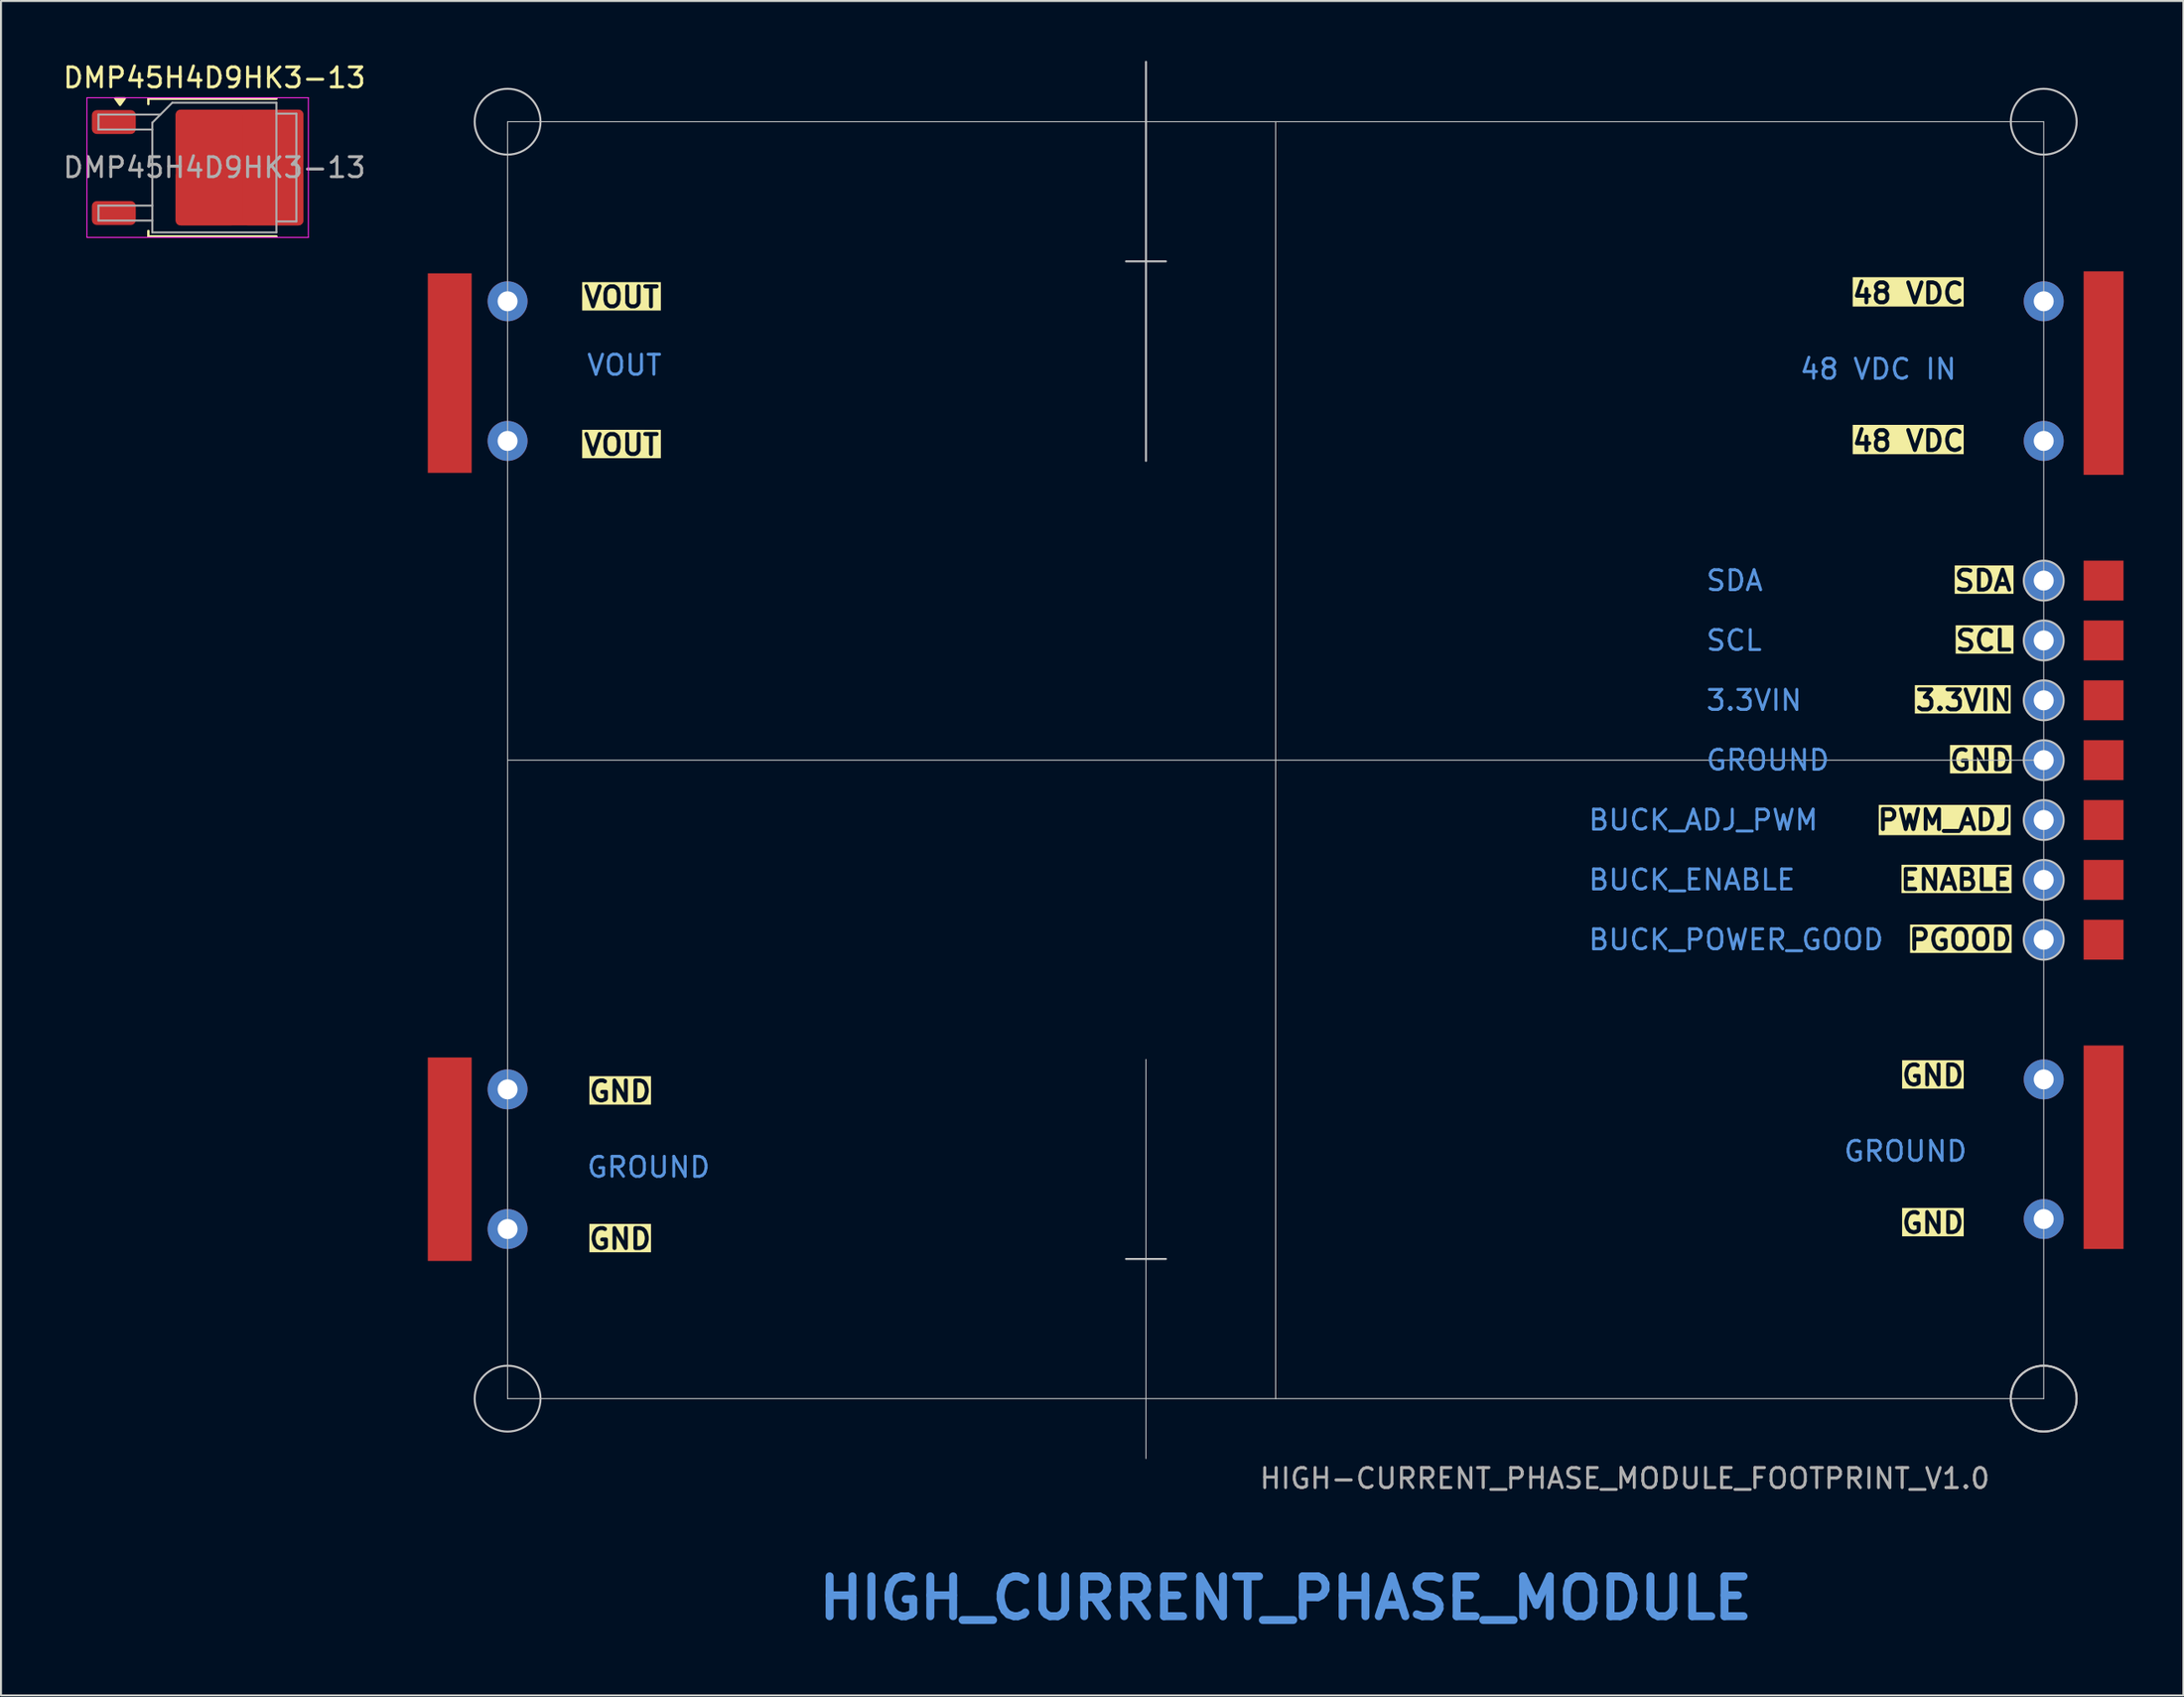
<source format=kicad_pcb>
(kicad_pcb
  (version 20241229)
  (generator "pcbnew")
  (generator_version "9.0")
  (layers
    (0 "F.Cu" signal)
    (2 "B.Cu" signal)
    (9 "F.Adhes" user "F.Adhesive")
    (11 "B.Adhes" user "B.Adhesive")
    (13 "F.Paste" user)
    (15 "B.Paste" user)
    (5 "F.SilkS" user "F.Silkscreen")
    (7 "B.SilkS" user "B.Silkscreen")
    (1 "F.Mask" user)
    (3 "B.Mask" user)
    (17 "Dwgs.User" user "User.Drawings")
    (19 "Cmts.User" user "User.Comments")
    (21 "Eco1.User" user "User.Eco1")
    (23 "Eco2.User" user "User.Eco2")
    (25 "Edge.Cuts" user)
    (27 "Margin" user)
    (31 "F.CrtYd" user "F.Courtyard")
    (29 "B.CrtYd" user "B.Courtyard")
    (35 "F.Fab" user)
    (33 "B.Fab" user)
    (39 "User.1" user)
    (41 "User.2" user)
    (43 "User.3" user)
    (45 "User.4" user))
  (footprint "HIGH-CURRENT_PHASE_MODULE_FOOTPRINT_V1.0"
    (layer "F.Cu")
    (at 60.893 35.05)
    (property "Reference" "HIGH-CURRENT_PHASE_MODULE_FOOTPRINT_V1.0" (at 17.5 36 0) (unlocked yes) (layer "F.SilkS") (effects (font (size 1 1) (thickness 0.1))))
    (attr exclude_from_pos_files allow_missing_courtyard)
    (fp_line (start -38.5 -32) (end 38.5 -32) (stroke (width 0.05) (type default)) (layer "Dwgs.User"))
    (fp_line (start -38.5 0) (end 38.5 0) (stroke (width 0.05) (type default)) (layer "Dwgs.User"))
    (fp_line (start -38.5 32) (end -38.5 -32) (stroke (width 0.05) (type default)) (layer "Dwgs.User"))
    (fp_line (start -38.5 32) (end 38.5 32) (stroke (width 0.05) (type default)) (layer "Dwgs.User"))
    (fp_line (start -6.5 -25) (end -7.5 -25) (stroke (width 0.1) (type default)) (layer "Dwgs.User"))
    (fp_line (start -6.5 -25) (end -5.5 -25) (stroke (width 0.1) (type default)) (layer "Dwgs.User"))
    (fp_line (start -6.5 -15) (end -6.5 -35) (stroke (width 0.1) (type default)) (layer "Dwgs.User"))
    (fp_line (start -6.5 15) (end -6.5 35) (stroke (width 0.05) (type default)) (layer "Dwgs.User"))
    (fp_line (start -6.5 25) (end -7.5 25) (stroke (width 0.1) (type default)) (layer "Dwgs.User"))
    (fp_line (start -6.5 25) (end -5.5 25) (stroke (width 0.1) (type default)) (layer "Dwgs.User"))
    (fp_line (start 0 -32) (end 0 32) (stroke (width 0.05) (type default)) (layer "Dwgs.User"))
    (fp_line (start 38.5 32) (end 38.5 -32) (stroke (width 0.05) (type default)) (layer "Dwgs.User"))
    (fp_circle (center -38.5 -32) (end -36.85 -32) (stroke (width 0.1) (type default)) (fill no) (layer "Dwgs.User"))
    (fp_circle (center -38.5 32) (end -36.85 32) (stroke (width 0.1) (type default)) (fill no) (layer "Dwgs.User"))
    (fp_circle (center 38.5 -32) (end 40.15 -32) (stroke (width 0.1) (type default)) (fill no) (layer "Dwgs.User"))
    (fp_circle (center 38.5 -9) (end 39.5 -9) (stroke (width 0.1) (type default)) (fill no) (layer "Dwgs.User"))
    (fp_circle (center 38.5 -6) (end 39.5 -6) (stroke (width 0.1) (type default)) (fill no) (layer "Dwgs.User"))
    (fp_circle (center 38.5 -3) (end 39.5 -3) (stroke (width 0.1) (type default)) (fill no) (layer "Dwgs.User"))
    (fp_circle (center 38.5 0) (end 39.5 0) (stroke (width 0.1) (type default)) (fill no) (layer "Dwgs.User"))
    (fp_circle (center 38.5 3) (end 39.5 3) (stroke (width 0.1) (type default)) (fill no) (layer "Dwgs.User"))
    (fp_circle (center 38.5 6) (end 39.5 6) (stroke (width 0.1) (type default)) (fill no) (layer "Dwgs.User"))
    (fp_circle (center 38.5 9) (end 39.5 9) (stroke (width 0.1) (type default)) (fill no) (layer "Dwgs.User"))
    (fp_circle (center 38.5 32) (end 40.15 32) (stroke (width 0.1) (type default)) (fill no) (layer "Dwgs.User"))
    (fp_circle (center 38.5 32) (end 40.15 32) (stroke (width 0.1) (type default)) (fill no) (layer "Dwgs.User"))
    (fp_line (start -41.5 -32) (end -41.5 32) (stroke (width 0.1) (type default)) (layer "User.1"))
    (fp_line (start -38.5 35) (end -28.5 35) (stroke (width 0.1) (type default)) (layer "User.1"))
    (fp_line (start -28.5 -35) (end -38.5 -35) (stroke (width 0.1) (type default)) (layer "User.1"))
    (fp_line (start -25.494 -17.994) (end -25.5 -31.994) (stroke (width 0.1) (type default)) (layer "User.1"))
    (fp_line (start -25.494 18) (end -25.5 32) (stroke (width 0.1) (type default)) (layer "User.1"))
    (fp_line (start 9.5 -15) (end -22.5 -15) (stroke (width 0.1) (type default)) (layer "User.1"))
    (fp_line (start 9.5 15.006) (end -22.5 15.006) (stroke (width 0.1) (type default)) (layer "User.1"))
    (fp_line (start 12.5 -31.794) (end 12.494 -17.994) (stroke (width 0.1) (type default)) (layer "User.1"))
    (fp_line (start 12.5 31.8) (end 12.494 18) (stroke (width 0.1) (type default)) (layer "User.1"))
    (fp_line (start 38.5 -35) (end 15.5 -35) (stroke (width 0.1) (type default)) (layer "User.1"))
    (fp_line (start 38.5 35) (end 15.913 34.993) (stroke (width 0.1) (type default)) (layer "User.1"))
    (fp_line (start 41.5 32) (end 41.5 -32) (stroke (width 0.1) (type default)) (layer "User.1"))
    (fp_arc (start -41.5 -32) (mid -40.62132 -34.12132) (end -38.5 -35) (stroke (width 0.1) (type default)) (layer "User.1"))
    (fp_arc (start -38.5 35) (mid -40.62132 34.12132) (end -41.5 32) (stroke (width 0.1) (type default)) (layer "User.1"))
    (fp_arc (start -28.5 -34.994158) (mid -26.378688 -34.11547) (end -25.5 -31.994158) (stroke (width 0.1) (type default)) (layer "User.1"))
    (fp_arc (start -25.5 32) (mid -26.37868 34.12132) (end -28.5 35) (stroke (width 0.1) (type default)) (layer "User.1"))
    (fp_arc (start -25.494158 18) (mid -24.617189 15.882811) (end -22.5 15.005842) (stroke (width 0.1) (type default)) (layer "User.1"))
    (fp_arc (start -22.5 -15) (mid -24.617198 -15.87696) (end -25.494158 -17.994158) (stroke (width 0.1) (type default)) (layer "User.1"))
    (fp_arc (start 9.500001 15.005841) (mid 11.61719 15.88281) (end 12.494159 17.999999) (stroke (width 0.1) (type default)) (layer "User.1"))
    (fp_arc (start 12.494158 -17.994158) (mid 11.617169 -15.876989) (end 9.5 -15) (stroke (width 0.1) (type default)) (layer "User.1"))
    (fp_arc (start 12.5 -31.794158) (mid 13.51379 -34.13097) (end 15.912861 -34.987071) (stroke (width 0.1) (type default)) (layer "User.1"))
    (fp_arc (start 15.912861 34.992913) (mid 13.513811 34.136788) (end 12.5 31.8) (stroke (width 0.1) (type default)) (layer "User.1"))
    (fp_arc (start 38.500001 -35.000001) (mid 40.621336 -34.121324) (end 41.500001 -32.000001) (stroke (width 0.1) (type default)) (layer "User.1"))
    (fp_arc (start 41.500001 32.000001) (mid 40.621322 34.121322) (end 38.500001 35.000001) (stroke (width 0.1) (type default)) (layer "User.1"))
    (fp_rect (start -41.6 14.9) (end -35 25.1) (stroke (width 0.1) (type default)) (fill no) (layer "User.2"))
    (fp_rect (start -41.5 -24.4) (end -35.2 -14.4) (stroke (width 0.1) (type default)) (fill no) (layer "User.2"))
    (fp_rect (start 34.9 -24.5) (end 41.5 -14.3) (stroke (width 0.1) (type default)) (fill no) (layer "User.2"))
    (fp_rect (start 34.9 14.3) (end 41.5 24.5) (stroke (width 0.1) (type default)) (fill no) (layer "User.2"))
    (fp_rect (start 37.5 -10) (end 39.5 -8) (stroke (width 0.1) (type default)) (fill no) (layer "User.2"))
    (fp_rect (start 37.5 -7) (end 39.5 -5) (stroke (width 0.1) (type default)) (fill no) (layer "User.2"))
    (fp_rect (start 37.5 -4) (end 39.5 -2) (stroke (width 0.1) (type default)) (fill no) (layer "User.2"))
    (fp_rect (start 37.5 -1) (end 39.5 1) (stroke (width 0.1) (type default)) (fill no) (layer "User.2"))
    (fp_rect (start 37.5 2) (end 39.5 4) (stroke (width 0.1) (type default)) (fill no) (layer "User.2"))
    (fp_rect (start 37.5 5) (end 39.5 7) (stroke (width 0.1) (type default)) (fill no) (layer "User.2"))
    (fp_rect (start 37.5 8) (end 39.5 10) (stroke (width 0.1) (type default)) (fill no) (layer "User.2"))
    (fp_text user "SCL" (at 37 -6 0) (unlocked yes) (layer "F.SilkS" knockout) (effects (font (size 1 1) (thickness 0.2) (bold yes)) (justify right)))
    (fp_text user "PGOOD" (at 37 9 0) (unlocked yes) (layer "F.SilkS" knockout) (effects (font (size 1 1) (thickness 0.2) (bold yes)) (justify right)))
    (fp_text user "GND" (at 34.6 23.2 0) (unlocked yes) (layer "F.SilkS" knockout) (effects (font (size 1 1) (thickness 0.2) (bold yes)) (justify right)))
    (fp_text user "PWM_ADJ" (at 37 3 0) (unlocked yes) (layer "F.SilkS" knockout) (effects (font (size 1 1) (thickness 0.2) (bold yes)) (justify right)))
    (fp_text user "ENABLE" (at 37 6 0) (unlocked yes) (layer "F.SilkS" knockout) (effects (font (size 1 1) (thickness 0.2) (bold yes)) (justify right)))
    (fp_text user "48 VDC" (at 34.6 -23.4 0) (unlocked yes) (layer "F.SilkS" knockout) (effects (font (size 1 1) (thickness 0.2) (bold yes)) (justify right)))
    (fp_text user "SDA" (at 37 -9 0) (unlocked yes) (layer "F.SilkS" knockout) (effects (font (size 1 1) (thickness 0.2) (bold yes)) (justify right)))
    (fp_text user "GND" (at 34.6 15.8 0) (unlocked yes) (layer "F.SilkS" knockout) (effects (font (size 1 1) (thickness 0.2) (bold yes)) (justify right)))
    (fp_text user "GND" (at 37 0 0) (unlocked yes) (layer "F.SilkS" knockout) (effects (font (size 1 1) (thickness 0.2) (bold yes)) (justify right)))
    (fp_text user "VOUT" (at -30.8 -15.8 0) (unlocked yes) (layer "F.SilkS" knockout) (effects (font (size 1 1) (thickness 0.2) (bold yes)) (justify right)))
    (fp_text user "48 VDC" (at 34.6 -16 0) (unlocked yes) (layer "F.SilkS" knockout) (effects (font (size 1 1) (thickness 0.2) (bold yes)) (justify right)))
    (fp_text user "GND" (at -31.2 16.6 0) (unlocked yes) (layer "F.SilkS" knockout) (effects (font (size 1 1) (thickness 0.2) (bold yes)) (justify right)))
    (fp_text user "VOUT" (at -30.8 -23.2 0) (unlocked yes) (layer "F.SilkS" knockout) (effects (font (size 1 1) (thickness 0.2) (bold yes)) (justify right)))
    (fp_text user "3.3VIN" (at 37 -3 0) (unlocked yes) (layer "F.SilkS" knockout) (effects (font (size 1 1) (thickness 0.2) (bold yes)) (justify right)))
    (fp_text user "GND" (at -31.2 24 0) (unlocked yes) (layer "F.SilkS" knockout) (effects (font (size 1 1) (thickness 0.2) (bold yes)) (justify right)))
    (fp_text user "BUCK_ADJ_PWM" (at 15.6 3 0) (unlocked yes) (layer "Cmts.User") (effects (font (size 1 1) (thickness 0.15)) (justify left)))
    (fp_text user "BUCK_POWER_GOOD" (at 15.6 9 0) (unlocked yes) (layer "Cmts.User") (effects (font (size 1 1) (thickness 0.15)) (justify left)))
    (fp_text user "GROUND" (at 28.4 19.6 0) (unlocked yes) (layer "Cmts.User") (effects (font (size 1 1) (thickness 0.15)) (justify left)))
    (fp_text user "SCL" (at 21.5 -6 0) (unlocked yes) (layer "Cmts.User") (effects (font (size 1 1) (thickness 0.15)) (justify left)))
    (fp_text user "48 VDC IN" (at 26.2 -19.6 0) (unlocked yes) (layer "Cmts.User") (effects (font (size 1 1) (thickness 0.15)) (justify left)))
    (fp_text user "HIGH_CURRENT_PHASE_MODULE" (at 0.5 42 0) (unlocked yes) (layer "Cmts.User") (effects (font (size 2 2) (thickness 0.4) (bold yes))))
    (fp_text user "VOUT" (at -34.6 -19.8 0) (unlocked yes) (layer "Cmts.User") (effects (font (size 1 1) (thickness 0.15)) (justify left)))
    (fp_text user "GROUND" (at -34.6 20.4 0) (unlocked yes) (layer "Cmts.User") (effects (font (size 1 1) (thickness 0.15)) (justify left)))
    (fp_text user "SDA" (at 21.5 -9 0) (unlocked yes) (layer "Cmts.User") (effects (font (size 1 1) (thickness 0.15)) (justify left)))
    (fp_text user "3.3VIN" (at 21.5 -3 0) (unlocked yes) (layer "Cmts.User") (effects (font (size 1 1) (thickness 0.15)) (justify left)))
    (fp_text user "BUCK_ENABLE" (at 15.6 6 0) (unlocked yes) (layer "Cmts.User") (effects (font (size 1 1) (thickness 0.15)) (justify left)))
    (fp_text user "GROUND" (at 21.5 0 0) (unlocked yes) (layer "Cmts.User") (effects (font (size 1 1) (thickness 0.15)) (justify left)))
    (fp_text user "${REFERENCE}" (at 17.5 36 0) (unlocked yes) (layer "F.Fab") (effects (font (size 1 1) (thickness 0.15))))
    (pad "1" smd rect (at -41.4 -19.4 270) (size 10 2.2) (layers "F.Cu" "F.Mask"))
    (pad "1" thru_hole circle (at -38.5 -23 270) (size 2 2) (drill 1) (layers "*.Cu" "*.Mask"))
    (pad "1" thru_hole circle (at -38.5 -16 270) (size 2 2) (drill 1) (layers "*.Cu" "*.Mask"))
    (pad "2" smd rect (at -41.4 20 270) (size 10.2 2.2) (layers "F.Cu" "F.Mask"))
    (pad "2" thru_hole circle (at -38.5 16.5 270) (size 2 2) (drill 1) (layers "*.Cu" "*.Mask"))
    (pad "2" thru_hole circle (at -38.5 23.5 270) (size 2 2) (drill 1) (layers "*.Cu" "*.Mask"))
    (pad "3" thru_hole circle (at 38.5 16 270) (size 2 2) (drill 1) (layers "*.Cu" "*.Mask"))
    (pad "3" thru_hole circle (at 38.5 23 270) (size 2 2) (drill 1) (layers "*.Cu" "*.Mask"))
    (pad "3" smd rect (at 41.5 19.4 270) (size 10.2 2) (layers "F.Cu" "F.Mask"))
    (pad "4" thru_hole circle (at 38.5 9 270) (size 2 2) (drill 1) (layers "*.Cu" "*.Mask"))
    (pad "4" smd rect (at 41.5 9 270) (size 2 2) (layers "F.Cu" "F.Mask"))
    (pad "5" thru_hole circle (at 38.5 6 270) (size 2 2) (drill 1) (layers "*.Cu" "*.Mask"))
    (pad "5" smd rect (at 41.5 6 270) (size 2 2) (layers "F.Cu" "F.Mask"))
    (pad "6" thru_hole circle (at 38.5 3 270) (size 2 2) (drill 1) (layers "*.Cu" "*.Mask"))
    (pad "6" smd rect (at 41.5 3 270) (size 2 2) (layers "F.Cu" "F.Mask"))
    (pad "7" thru_hole circle (at 38.5 0 270) (size 2 2) (drill 1) (layers "*.Cu" "*.Mask"))
    (pad "7" smd rect (at 41.5 0 270) (size 2 2) (layers "F.Cu" "F.Mask"))
    (pad "8" thru_hole circle (at 38.5 -3 270) (size 2 2) (drill 1) (layers "*.Cu" "*.Mask"))
    (pad "8" smd rect (at 41.5 -3 270) (size 2 2) (layers "F.Cu" "F.Mask"))
    (pad "9" thru_hole circle (at 38.5 -6 270) (size 2 2) (drill 1) (layers "*.Cu" "*.Mask"))
    (pad "9" smd rect (at 41.5 -6 270) (size 2 2) (layers "F.Cu" "F.Mask"))
    (pad "10" thru_hole circle (at 38.5 -9 270) (size 2 2) (drill 1) (layers "*.Cu" "*.Mask"))
    (pad "10" smd rect (at 41.5 -9 270) (size 2 2) (layers "F.Cu" "F.Mask"))
    (pad "11" thru_hole circle (at 38.5 -23 270) (size 2 2) (drill 1) (layers "*.Cu" "*.Mask"))
    (pad "11" thru_hole circle (at 38.5 -16 270) (size 2 2) (drill 1) (layers "*.Cu" "*.Mask"))
    (pad "11" smd rect (at 41.5 -19.4 270) (size 10.2 2) (layers "F.Cu" "F.Mask")))
  (footprint "DMP45H4D9HK3-13"
    (layer "F.Cu")
    (at 7.696 5.348)
    (property "Reference" "DMP45H4D9HK3-13" (at 0 -4.5 0) (layer "F.SilkS") (effects (font (size 1 1) (thickness 0.15))))
    (attr smd)
    (fp_line (start -3.31 -3.45) (end -3.31 -3.18) (stroke (width 0.12) (type solid)) (layer "F.SilkS"))
    (fp_line (start -3.31 3.45) (end -3.31 3.18) (stroke (width 0.12) (type solid)) (layer "F.SilkS"))
    (fp_line (start 3.11 -3.45) (end -3.31 -3.45) (stroke (width 0.12) (type solid)) (layer "F.SilkS"))
    (fp_line (start 3.11 3.45) (end -3.31 3.45) (stroke (width 0.12) (type solid)) (layer "F.SilkS"))
    (fp_poly (pts (xy -4.73 -3.14) (xy -4.97 -3.47) (xy -4.49 -3.47) (xy -4.73 -3.14)) (stroke (width 0.12) (type solid)) (fill yes) (layer "F.SilkS"))
    (fp_line (start -6.39 -3.5) (end -6.39 3.5) (stroke (width 0.05) (type solid)) (layer "F.CrtYd"))
    (fp_line (start -6.39 3.5) (end 4.71 3.5) (stroke (width 0.05) (type solid)) (layer "F.CrtYd"))
    (fp_line (start 4.71 -3.5) (end -6.39 -3.5) (stroke (width 0.05) (type solid)) (layer "F.CrtYd"))
    (fp_line (start 4.71 3.5) (end 4.71 -3.5) (stroke (width 0.05) (type solid)) (layer "F.CrtYd"))
    (fp_line (start -5.81 -2.655) (end -5.81 -1.905) (stroke (width 0.1) (type solid)) (layer "F.Fab"))
    (fp_line (start -5.81 -1.905) (end -3.11 -1.905) (stroke (width 0.1) (type solid)) (layer "F.Fab"))
    (fp_line (start -5.81 1.905) (end -5.81 2.655) (stroke (width 0.1) (type solid)) (layer "F.Fab"))
    (fp_line (start -5.81 2.655) (end -3.11 2.655) (stroke (width 0.1) (type solid)) (layer "F.Fab"))
    (fp_line (start -3.11 -2.25) (end -2.11 -3.25) (stroke (width 0.1) (type solid)) (layer "F.Fab"))
    (fp_line (start -3.11 1.905) (end -5.81 1.905) (stroke (width 0.1) (type solid)) (layer "F.Fab"))
    (fp_line (start -3.11 3.25) (end -3.11 -2.25) (stroke (width 0.1) (type solid)) (layer "F.Fab"))
    (fp_line (start -2.705 -2.655) (end -5.81 -2.655) (stroke (width 0.1) (type solid)) (layer "F.Fab"))
    (fp_line (start -2.11 -3.25) (end 3.11 -3.25) (stroke (width 0.1) (type solid)) (layer "F.Fab"))
    (fp_line (start 3.11 -3.25) (end 3.11 3.25) (stroke (width 0.1) (type solid)) (layer "F.Fab"))
    (fp_line (start 3.11 -2.7) (end 4.11 -2.7) (stroke (width 0.1) (type solid)) (layer "F.Fab"))
    (fp_line (start 3.11 3.25) (end -3.11 3.25) (stroke (width 0.1) (type solid)) (layer "F.Fab"))
    (fp_line (start 4.11 -2.7) (end 4.11 2.7) (stroke (width 0.1) (type solid)) (layer "F.Fab"))
    (fp_line (start 4.11 2.7) (end 3.11 2.7) (stroke (width 0.1) (type solid)) (layer "F.Fab"))
    (fp_text user "${REFERENCE}" (at 0 0 0) (layer "F.Fab") (effects (font (size 1 1) (thickness 0.15))))
    (pad "1" smd roundrect (at -0.415 -1.525) (size 3.05 2.75) (layers "F.Cu" "F.Paste") (roundrect_rratio 0.091))
    (pad "1" smd roundrect (at -0.415 1.525) (size 3.05 2.75) (layers "F.Cu" "F.Paste") (roundrect_rratio 0.091))
    (pad "1" smd roundrect (at 1.26 0) (size 6.4 5.8) (layers "F.Cu" "F.Mask") (roundrect_rratio 0.043))
    (pad "1" smd roundrect (at 2.935 -1.525) (size 3.05 2.75) (layers "F.Cu" "F.Paste") (roundrect_rratio 0.091))
    (pad "1" smd roundrect (at 2.935 1.525) (size 3.05 2.75) (layers "F.Cu" "F.Paste") (roundrect_rratio 0.091))
    (pad "2" smd roundrect (at -5.04 -2.28) (size 2.2 1.2) (layers "F.Cu" "F.Mask" "F.Paste") (roundrect_rratio 0.208))
    (pad "3" smd roundrect (at -5.04 2.28) (size 2.2 1.2) (layers "F.Cu" "F.Mask" "F.Paste") (roundrect_rratio 0.208)))
  (gr_rect
    (start -3 -3)
    (end 106.393 81.922)
    (stroke (width 0.1) (type default))
    (fill no)
    (layer "Edge.Cuts")))
</source>
